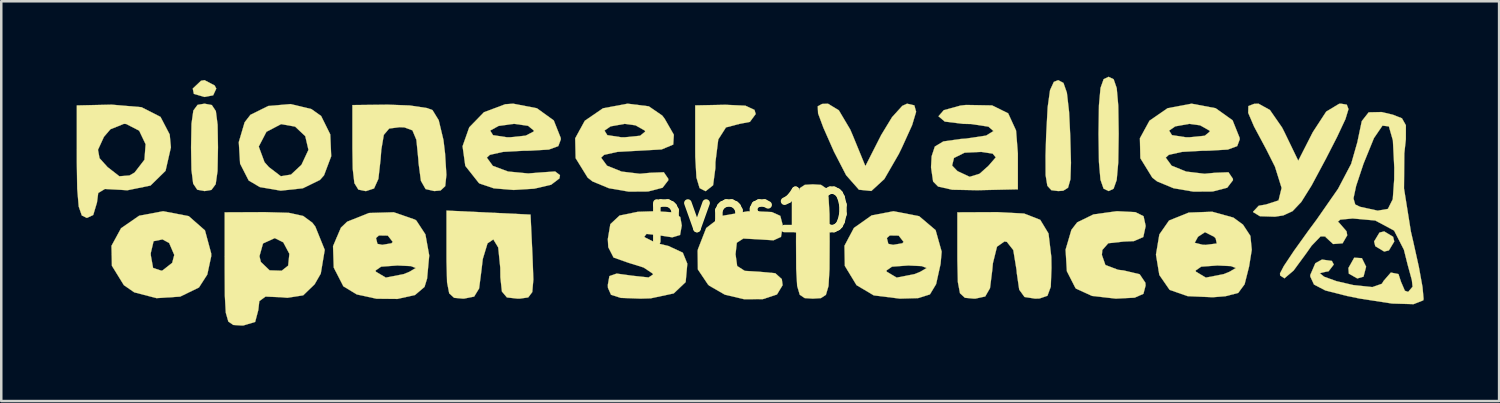
<source format=kicad_pcb>
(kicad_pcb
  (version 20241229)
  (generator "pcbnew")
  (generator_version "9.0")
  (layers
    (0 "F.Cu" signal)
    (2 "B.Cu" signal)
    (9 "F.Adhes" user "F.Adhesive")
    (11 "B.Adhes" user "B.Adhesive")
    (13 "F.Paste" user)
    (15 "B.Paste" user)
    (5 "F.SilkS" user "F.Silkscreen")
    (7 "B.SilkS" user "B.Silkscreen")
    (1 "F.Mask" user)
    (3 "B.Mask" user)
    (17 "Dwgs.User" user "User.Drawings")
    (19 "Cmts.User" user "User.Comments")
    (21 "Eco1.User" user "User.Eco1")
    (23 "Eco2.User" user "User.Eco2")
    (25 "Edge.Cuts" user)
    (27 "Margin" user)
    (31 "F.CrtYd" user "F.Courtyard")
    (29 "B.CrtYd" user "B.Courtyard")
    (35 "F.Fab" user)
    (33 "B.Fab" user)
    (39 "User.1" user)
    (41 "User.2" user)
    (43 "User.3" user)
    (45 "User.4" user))
  (footprint "pvos10"
    (layer "F.Cu")
    (at 26.742 5.352)
    (property "Reference" "pvos10" (at 0 0 0) (layer "F.SilkS") (effects (font (size 1.524 1.524) (thickness 0.3))))
    (attr through_hole)
    (fp_poly (pts (xy 24.38 1.867) (xy 24.547 2.206) (xy 24.443 2.603) (xy 24.197 2.674) (xy 23.859 2.482) (xy 23.843 2.259) (xy 24.074 1.848) (xy 24.38 1.867)) (stroke (width 0.01) (type solid)) (fill yes) (layer "F.SilkS"))
    (fp_poly (pts (xy -21.255 -5.003) (xy -21.189 -4.879) (xy -21.313 -4.611) (xy -21.657 -4.545) (xy -22.081 -4.668) (xy -22.125 -4.879) (xy -21.796 -5.19) (xy -21.657 -5.214) (xy -21.255 -5.003)) (stroke (width 0.01) (type solid)) (fill yes) (layer "F.SilkS"))
    (fp_poly (pts (xy 25.621 1.016) (xy 25.667 1.203) (xy 25.453 1.558) (xy 25.266 1.604) (xy 24.912 1.39) (xy 24.865 1.203) (xy 25.079 0.849) (xy 25.266 0.802) (xy 25.621 1.016)) (stroke (width 0.01) (type solid)) (fill yes) (layer "F.SilkS"))
    (fp_poly (pts (xy -21.367 -4.224) (xy -21.206 -3.982) (xy -21.136 -3.436) (xy -21.122 -2.54) (xy -21.139 -1.599) (xy -21.213 -1.075) (xy -21.381 -0.849) (xy -21.657 -0.802) (xy -21.946 -0.856) (xy -22.108 -1.098) (xy -22.177 -1.644) (xy -22.192 -2.54) (xy -22.175 -3.481) (xy -22.101 -4.005) (xy -21.933 -4.231) (xy -21.657 -4.278) (xy -21.367 -4.224)) (stroke (width 0.01) (type solid)) (fill yes) (layer "F.SilkS"))
    (fp_poly (pts (xy 14.505 -5.25) (xy 14.627 -4.897) (xy 14.689 -4.195) (xy 14.705 -3.075) (xy 14.688 -1.939) (xy 14.626 -1.243) (xy 14.502 -0.895) (xy 14.304 -0.802) (xy 14.104 -0.899) (xy 13.981 -1.252) (xy 13.92 -1.955) (xy 13.903 -3.075) (xy 13.92 -4.211) (xy 13.983 -4.906) (xy 14.107 -5.254) (xy 14.304 -5.347) (xy 14.505 -5.25)) (stroke (width 0.01) (type solid)) (fill yes) (layer "F.SilkS"))
    (fp_poly (pts (xy -0.142 -4.198) (xy 0.219 -4.031) (xy 0.267 -3.867) (xy 0.036 -3.554) (xy -0.372 -3.476) (xy -0.916 -3.334) (xy -1.222 -2.855) (xy -1.334 -1.958) (xy -1.337 -1.716) (xy -1.428 -1.033) (xy -1.717 -0.803) (xy -1.738 -0.802) (xy -1.965 -0.92) (xy -2.09 -1.34) (xy -2.137 -2.162) (xy -2.139 -2.506) (xy -2.139 -4.21) (xy -0.936 -4.234) (xy -0.142 -4.198)) (stroke (width 0.01) (type solid)) (fill yes) (layer "F.SilkS"))
    (fp_poly (pts (xy 12.508 -5.104) (xy 12.645 -4.713) (xy 12.732 -3.952) (xy 12.778 -3.008) (xy 12.807 -1.925) (xy 12.786 -1.27) (xy 12.691 -0.936) (xy 12.499 -0.816) (xy 12.299 -0.802) (xy 12.027 -0.837) (xy 11.868 -1.012) (xy 11.799 -1.435) (xy 11.796 -2.212) (xy 11.82 -3.008) (xy 11.88 -4.134) (xy 11.975 -4.816) (xy 12.125 -5.144) (xy 12.299 -5.214) (xy 12.508 -5.104)) (stroke (width 0.01) (type solid)) (fill yes) (layer "F.SilkS"))
    (fp_poly (pts (xy 2.864 -1.049) (xy 3.061 -0.915) (xy 3.164 -0.564) (xy 3.202 0.111) (xy 3.208 1.203) (xy 3.202 2.304) (xy 3.163 2.975) (xy 3.06 3.324) (xy 2.861 3.456) (xy 2.54 3.476) (xy 2.216 3.455) (xy 2.019 3.322) (xy 1.916 2.97) (xy 1.878 2.295) (xy 1.872 1.203) (xy 1.878 0.103) (xy 1.917 -0.569) (xy 2.02 -0.918) (xy 2.219 -1.049) (xy 2.54 -1.069) (xy 2.864 -1.049)) (stroke (width 0.01) (type solid)) (fill yes) (layer "F.SilkS"))
    (fp_poly (pts (xy 6.577 -4.212) (xy 6.648 -3.956) (xy 6.489 -3.425) (xy 6.084 -2.533) (xy 5.96 -2.279) (xy 5.384 -1.281) (xy 4.867 -0.806) (xy 4.373 -0.856) (xy 3.865 -1.432) (xy 3.379 -2.373) (xy 2.958 -3.326) (xy 2.748 -3.892) (xy 2.735 -4.173) (xy 2.906 -4.268) (xy 3.142 -4.277) (xy 3.574 -4.015) (xy 4.026 -3.253) (xy 4.12 -3.035) (xy 4.63 -1.794) (xy 5.261 -3.036) (xy 5.69 -3.741) (xy 6.098 -4.191) (xy 6.288 -4.278) (xy 6.577 -4.212)) (stroke (width 0.01) (type solid)) (fill yes) (layer "F.SilkS"))
    (fp_poly (pts (xy -8.689 0.134) (xy -8.61 1.805) (xy -8.577 2.715) (xy -8.62 3.215) (xy -8.781 3.428) (xy -9.107 3.475) (xy -9.211 3.476) (xy -9.629 3.429) (xy -9.828 3.193) (xy -9.889 2.627) (xy -9.893 2.25) (xy -9.975 1.441) (xy -10.169 1.121) (xy -10.4 1.278) (xy -10.589 1.901) (xy -10.643 2.36) (xy -10.735 3.072) (xy -10.932 3.395) (xy -11.331 3.475) (xy -11.379 3.476) (xy -11.729 3.444) (xy -11.924 3.267) (xy -12.01 2.826) (xy -12.031 2) (xy -12.032 1.725) (xy -12.032 -0.026) (xy -8.689 0.134)) (stroke (width 0.01) (type solid)) (fill yes) (layer "F.SilkS"))
    (fp_poly (pts (xy -22.285 0.195) (xy -21.639 0.762) (xy -21.391 1.68) (xy -21.389 1.784) (xy -21.547 2.519) (xy -21.878 3.033) (xy -22.625 3.396) (xy -23.565 3.457) (xy -24.452 3.226) (xy -24.865 2.941) (xy -25.341 2.169) (xy -25.35 1.738) (xy -23.796 1.738) (xy -23.703 2.256) (xy -23.376 2.364) (xy -23.328 2.355) (xy -22.943 2.053) (xy -22.86 1.738) (xy -23.063 1.265) (xy -23.328 1.12) (xy -23.683 1.192) (xy -23.795 1.665) (xy -23.796 1.738) (xy -25.35 1.738) (xy -25.358 1.376) (xy -24.977 0.676) (xy -24.257 0.179) (xy -23.302 0) (xy -22.285 0.195)) (stroke (width 0.01) (type solid)) (fill yes) (layer "F.SilkS"))
    (fp_poly (pts (xy 0.91 0.033) (xy 1.245 0.184) (xy 1.336 0.529) (xy 1.337 0.615) (xy 1.273 1.02) (xy 0.977 1.156) (xy 0.401 1.12) (xy -0.225 1.086) (xy -0.484 1.252) (xy -0.535 1.709) (xy -0.47 2.179) (xy -0.168 2.372) (xy 0.401 2.406) (xy 1.046 2.466) (xy 1.306 2.7) (xy 1.337 2.941) (xy 1.113 3.311) (xy 0.548 3.497) (xy -0.196 3.499) (xy -0.96 3.319) (xy -1.583 2.96) (xy -1.632 2.913) (xy -2.033 2.316) (xy -2.043 1.581) (xy -2.03 1.51) (xy -1.701 0.668) (xy -1.071 0.184) (xy -0.058 0.004) (xy 0.185 0) (xy 0.91 0.033)) (stroke (width 0.01) (type solid)) (fill yes) (layer "F.SilkS"))
    (fp_poly (pts (xy 10.943 0.092) (xy 11.585 0.342) (xy 11.914 0.885) (xy 12.026 1.82) (xy 12.032 2.255) (xy 12.004 3.005) (xy 11.871 3.363) (xy 11.557 3.471) (xy 11.379 3.476) (xy 10.96 3.411) (xy 10.749 3.12) (xy 10.652 2.459) (xy 10.643 2.339) (xy 10.513 1.545) (xy 10.257 1.219) (xy 10.16 1.203) (xy 9.865 1.41) (xy 9.702 2.068) (xy 9.677 2.339) (xy 9.587 3.059) (xy 9.397 3.39) (xy 9.01 3.475) (xy 8.941 3.476) (xy 8.589 3.443) (xy 8.393 3.263) (xy 8.308 2.815) (xy 8.289 1.977) (xy 8.288 1.76) (xy 8.288 0.043) (xy 9.891 0.036) (xy 10.943 0.092)) (stroke (width 0.01) (type solid)) (fill yes) (layer "F.SilkS"))
    (fp_poly (pts (xy 15.37 0.036) (xy 15.694 0.197) (xy 15.774 0.562) (xy 15.775 0.604) (xy 15.684 1.026) (xy 15.308 1.189) (xy 14.906 1.206) (xy 14.29 1.274) (xy 14.055 1.541) (xy 14.037 1.738) (xy 14.177 2.139) (xy 14.681 2.329) (xy 14.906 2.356) (xy 15.54 2.507) (xy 15.767 2.844) (xy 15.775 2.958) (xy 15.689 3.285) (xy 15.342 3.438) (xy 14.598 3.476) (xy 14.591 3.476) (xy 13.645 3.369) (xy 13.016 3.083) (xy 12.986 3.056) (xy 12.644 2.386) (xy 12.593 1.529) (xy 12.825 0.74) (xy 13.055 0.442) (xy 13.702 0.127) (xy 14.622 0.000187) (xy 14.659 0) (xy 15.37 0.036)) (stroke (width 0.01) (type solid)) (fill yes) (layer "F.SilkS"))
    (fp_poly (pts (xy -17.407 -4.064) (xy -17.019 -3.789) (xy -16.655 -3.055) (xy -16.618 -2.187) (xy -16.904 -1.427) (xy -17.066 -1.245) (xy -17.745 -0.913) (xy -18.625 -0.818) (xy -19.458 -0.961) (xy -19.9 -1.222) (xy -20.242 -1.892) (xy -20.283 -2.572) (xy -19.5 -2.572) (xy -19.271 -1.952) (xy -19.098 -1.757) (xy -18.621 -1.392) (xy -18.217 -1.458) (xy -17.8 -1.849) (xy -17.523 -2.441) (xy -17.65 -2.986) (xy -18.054 -3.366) (xy -18.61 -3.465) (xy -19.19 -3.162) (xy -19.197 -3.155) (xy -19.5 -2.572) (xy -20.283 -2.572) (xy -20.294 -2.749) (xy -20.061 -3.538) (xy -19.831 -3.835) (xy -19.12 -4.187) (xy -18.231 -4.262) (xy -17.407 -4.064)) (stroke (width 0.01) (type solid)) (fill yes) (layer "F.SilkS"))
    (fp_poly (pts (xy -13.496 -4.207) (xy -12.813 -4.105) (xy -12.589 -4.024) (xy -12.342 -3.621) (xy -12.153 -2.833) (xy -12.089 -2.297) (xy -12.036 -1.446) (xy -12.083 -0.998) (xy -12.266 -0.826) (xy -12.519 -0.802) (xy -12.863 -0.881) (xy -13.049 -1.208) (xy -13.143 -1.915) (xy -13.153 -2.072) (xy -13.23 -2.842) (xy -13.387 -3.217) (xy -13.705 -3.335) (xy -13.903 -3.342) (xy -14.312 -3.289) (xy -14.525 -3.038) (xy -14.625 -2.449) (xy -14.653 -2.072) (xy -14.741 -1.287) (xy -14.913 -0.906) (xy -15.23 -0.802) (xy -15.255 -0.802) (xy -15.538 -0.861) (xy -15.696 -1.117) (xy -15.762 -1.688) (xy -15.775 -2.512) (xy -15.775 -4.223) (xy -14.369 -4.239) (xy -13.496 -4.207)) (stroke (width 0.01) (type solid)) (fill yes) (layer "F.SilkS"))
    (fp_poly (pts (xy 23.778 -4.239) (xy 23.846 -4.063) (xy 23.725 -3.665) (xy 23.392 -2.956) (xy 22.939 -2.072) (xy 22.379 -1.026) (xy 21.967 -0.367) (xy 21.62 -0.002) (xy 21.255 0.166) (xy 20.922 0.217) (xy 20.324 0.199) (xy 20.055 0.036) (xy 20.053 0.017) (xy 20.275 -0.218) (xy 20.559 -0.267) (xy 21.064 -0.43) (xy 21.186 -0.927) (xy 20.922 -1.772) (xy 20.578 -2.457) (xy 20.09 -3.369) (xy 19.857 -3.913) (xy 19.864 -4.183) (xy 20.094 -4.272) (xy 20.267 -4.278) (xy 20.72 -4.028) (xy 21.205 -3.329) (xy 21.299 -3.144) (xy 21.848 -2.01) (xy 22.426 -3.144) (xy 22.96 -3.963) (xy 23.476 -4.274) (xy 23.546 -4.278) (xy 23.778 -4.239)) (stroke (width 0.01) (type solid)) (fill yes) (layer "F.SilkS"))
    (fp_poly (pts (xy -24.164 -4.138) (xy -23.407 -3.752) (xy -23.042 -3.052) (xy -22.994 -2.54) (xy -23.207 -1.608) (xy -23.805 -1.022) (xy -24.73 -0.833) (xy -24.987 -0.851) (xy -25.62 -0.885) (xy -25.885 -0.726) (xy -25.935 -0.347) (xy -26.084 0.15) (xy -26.336 0.267) (xy -26.538 0.169) (xy -26.661 -0.187) (xy -26.721 -0.895) (xy -26.737 -1.97) (xy -26.737 -2.443) (xy -25.895 -2.443) (xy -25.833 -2.11) (xy -25.515 -1.757) (xy -25.044 -1.391) (xy -24.639 -1.423) (xy -24.437 -1.541) (xy -24.046 -2.048) (xy -24 -2.666) (xy -24.257 -3.205) (xy -24.775 -3.471) (xy -24.865 -3.476) (xy -25.399 -3.261) (xy -25.658 -2.959) (xy -25.895 -2.443) (xy -26.737 -2.443) (xy -26.737 -4.208) (xy -25.35 -4.239) (xy -24.164 -4.138)) (stroke (width 0.01) (type solid)) (fill yes) (layer "F.SilkS"))
    (fp_poly (pts (xy -18.308 0.063) (xy -17.733 0.188) (xy -17.37 0.454) (xy -17.251 0.608) (xy -16.875 1.537) (xy -17.033 2.481) (xy -17.278 2.907) (xy -17.732 3.345) (xy -18.361 3.443) (xy -18.615 3.421) (xy -19.229 3.395) (xy -19.477 3.575) (xy -19.518 3.931) (xy -19.643 4.403) (xy -20.112 4.544) (xy -20.186 4.545) (xy -20.511 4.524) (xy -20.709 4.39) (xy -20.811 4.036) (xy -20.849 3.356) (xy -20.855 2.294) (xy -20.855 1.79) (xy -19.472 1.79) (xy -19.416 2.018) (xy -19.068 2.351) (xy -18.588 2.366) (xy -18.33 2.163) (xy -18.282 1.693) (xy -18.525 1.237) (xy -18.862 1.069) (xy -19.33 1.282) (xy -19.472 1.79) (xy -20.855 1.79) (xy -20.855 0.043) (xy -19.256 0.036) (xy -18.308 0.063)) (stroke (width 0.01) (type solid)) (fill yes) (layer "F.SilkS"))
    (fp_poly (pts (xy -3.034 0.044) (xy -2.734 0.229) (xy -2.674 0.568) (xy -2.742 0.945) (xy -3.05 1.038) (xy -3.534 0.964) (xy -4.075 0.902) (xy -4.163 1.013) (xy -4.136 1.042) (xy -3.686 1.269) (xy -3.208 1.381) (xy -2.632 1.649) (xy -2.453 2.087) (xy -2.519 2.819) (xy -2.993 3.269) (xy -3.907 3.464) (xy -4.311 3.476) (xy -5.099 3.447) (xy -5.488 3.323) (xy -5.61 3.048) (xy -5.615 2.929) (xy -5.552 2.58) (xy -5.263 2.48) (xy -4.64 2.565) (xy -3.993 2.634) (xy -3.815 2.516) (xy -3.833 2.478) (xy -4.193 2.238) (xy -4.807 2.046) (xy -5.387 1.842) (xy -5.597 1.431) (xy -5.615 1.105) (xy -5.515 0.514) (xy -5.149 0.172) (xy -4.418 0.022) (xy -3.721 0) (xy -3.034 0.044)) (stroke (width 0.01) (type solid)) (fill yes) (layer "F.SilkS"))
    (fp_poly (pts (xy 6.768 0.197) (xy 7.423 0.752) (xy 7.664 1.608) (xy 7.621 2.095) (xy 7.443 2.899) (xy 7.197 3.308) (xy 6.726 3.456) (xy 6 3.476) (xy 4.963 3.347) (xy 4.278 2.941) (xy 3.925 2.359) (xy 5.464 2.359) (xy 5.481 2.406) (xy 5.874 2.64) (xy 6.577 2.503) (xy 6.818 2.406) (xy 7.066 2.258) (xy 6.872 2.183) (xy 6.334 2.158) (xy 5.688 2.205) (xy 5.464 2.359) (xy 3.925 2.359) (xy 3.812 2.173) (xy 3.798 1.373) (xy 3.961 1.065) (xy 5.484 1.065) (xy 5.542 1.298) (xy 5.733 1.337) (xy 6.099 1.275) (xy 6.149 1.219) (xy 5.954 0.969) (xy 5.601 0.964) (xy 5.484 1.065) (xy 3.961 1.065) (xy 4.174 0.664) (xy 4.879 0.166) (xy 5.748 0) (xy 6.768 0.197)) (stroke (width 0.01) (type solid)) (fill yes) (layer "F.SilkS"))
    (fp_poly (pts (xy 9.671 -4.209) (xy 10.309 -3.895) (xy 10.623 -3.211) (xy 10.695 -2.298) (xy 10.695 -0.872) (xy 9.083 -0.836) (xy 8.083 -0.855) (xy 7.522 -0.982) (xy 7.324 -1.182) (xy 7.241 -1.747) (xy 7.245 -1.817) (xy 8.079 -1.817) (xy 8.291 -1.597) (xy 8.779 -1.369) (xy 9.173 -1.492) (xy 9.523 -1.805) (xy 9.816 -2.143) (xy 9.694 -2.291) (xy 9.242 -2.36) (xy 8.577 -2.329) (xy 8.154 -2.119) (xy 8.079 -1.817) (xy 7.245 -1.817) (xy 7.265 -2.186) (xy 7.392 -2.572) (xy 7.73 -2.776) (xy 8.424 -2.875) (xy 8.629 -2.889) (xy 9.431 -3.009) (xy 9.725 -3.189) (xy 9.524 -3.364) (xy 8.841 -3.468) (xy 8.518 -3.476) (xy 7.788 -3.566) (xy 7.537 -3.778) (xy 7.748 -4.02) (xy 8.41 -4.202) (xy 8.632 -4.227) (xy 9.671 -4.209)) (stroke (width 0.01) (type solid)) (fill yes) (layer "F.SilkS"))
    (fp_poly (pts (xy -13.284 0.334) (xy -13.232 0.37) (xy -12.871 0.92) (xy -12.719 1.761) (xy -12.804 2.68) (xy -12.906 3.01) (xy -13.284 3.332) (xy -13.983 3.488) (xy -14.817 3.48) (xy -15.599 3.31) (xy -16.134 2.987) (xy -16.456 2.359) (xy -14.856 2.359) (xy -14.839 2.406) (xy -14.446 2.64) (xy -13.743 2.503) (xy -13.502 2.406) (xy -13.254 2.258) (xy -13.448 2.183) (xy -13.986 2.158) (xy -14.632 2.205) (xy -14.856 2.359) (xy -16.456 2.359) (xy -16.517 2.24) (xy -16.545 1.39) (xy -16.407 1.065) (xy -14.836 1.065) (xy -14.778 1.298) (xy -14.587 1.337) (xy -14.221 1.275) (xy -14.171 1.219) (xy -14.366 0.969) (xy -14.719 0.964) (xy -14.836 1.065) (xy -16.407 1.065) (xy -16.231 0.653) (xy -15.983 0.416) (xy -15.117 0.07) (xy -14.13 0.041) (xy -13.284 0.334)) (stroke (width 0.01) (type solid)) (fill yes) (layer "F.SilkS"))
    (fp_poly (pts (xy -3.985 -4.173) (xy -3.452 -3.807) (xy -3.357 -3.684) (xy -2.989 -3.043) (xy -3.013 -2.652) (xy -3.476 -2.458) (xy -4.412 -2.406) (xy -5.233 -2.361) (xy -5.762 -2.243) (xy -5.882 -2.132) (xy -5.647 -1.811) (xy -5.069 -1.578) (xy -4.339 -1.49) (xy -3.93 -1.529) (xy -3.387 -1.55) (xy -3.211 -1.292) (xy -3.208 -1.234) (xy -3.437 -0.935) (xy -4.015 -0.785) (xy -4.781 -0.78) (xy -5.57 -0.915) (xy -6.223 -1.185) (xy -6.417 -1.337) (xy -6.895 -2.11) (xy -6.913 -2.901) (xy -6.745 -3.208) (xy -5.748 -3.208) (xy -5.635 -3.027) (xy -5.087 -2.943) (xy -4.946 -2.941) (xy -4.33 -3.003) (xy -4.128 -3.169) (xy -4.144 -3.208) (xy -4.514 -3.417) (xy -4.946 -3.476) (xy -5.506 -3.375) (xy -5.748 -3.208) (xy -6.745 -3.208) (xy -6.531 -3.599) (xy -5.807 -4.095) (xy -4.828 -4.278) (xy -3.985 -4.173)) (stroke (width 0.01) (type solid)) (fill yes) (layer "F.SilkS"))
    (fp_poly (pts (xy 19.27 0.254) (xy 19.649 0.532) (xy 19.944 0.981) (xy 19.999 1.535) (xy 19.891 2.203) (xy 19.714 2.905) (xy 19.46 3.249) (xy 18.953 3.381) (xy 18.448 3.421) (xy 17.449 3.378) (xy 16.744 3.132) (xy 16.724 3.118) (xy 16.322 2.536) (xy 16.293 2.359) (xy 17.763 2.359) (xy 17.78 2.406) (xy 18.173 2.64) (xy 18.876 2.503) (xy 19.117 2.406) (xy 19.365 2.258) (xy 19.171 2.183) (xy 18.633 2.158) (xy 17.987 2.205) (xy 17.763 2.359) (xy 16.293 2.359) (xy 16.188 1.727) (xy 16.267 1.255) (xy 17.729 1.255) (xy 18.052 1.335) (xy 18.181 1.337) (xy 18.606 1.283) (xy 18.563 1.081) (xy 18.502 1.016) (xy 18.138 0.833) (xy 17.86 1.016) (xy 17.729 1.255) (xy 16.267 1.255) (xy 16.323 0.923) (xy 16.708 0.37) (xy 17.492 0.054) (xy 18.425 0.02) (xy 19.27 0.254)) (stroke (width 0.01) (type solid)) (fill yes) (layer "F.SilkS"))
    (fp_poly (pts (xy 18.561 -4.098) (xy 19.236 -3.617) (xy 19.516 -2.919) (xy 19.518 -2.853) (xy 19.419 -2.59) (xy 19.046 -2.453) (xy 18.281 -2.408) (xy 18.047 -2.406) (xy 17.226 -2.361) (xy 16.697 -2.243) (xy 16.577 -2.132) (xy 16.812 -1.811) (xy 17.39 -1.578) (xy 18.12 -1.49) (xy 18.529 -1.529) (xy 19.072 -1.55) (xy 19.248 -1.292) (xy 19.251 -1.234) (xy 19.022 -0.935) (xy 18.444 -0.785) (xy 17.678 -0.78) (xy 16.888 -0.915) (xy 16.236 -1.185) (xy 16.042 -1.337) (xy 15.567 -2.109) (xy 15.549 -2.902) (xy 15.716 -3.208) (xy 16.711 -3.208) (xy 16.824 -3.027) (xy 17.372 -2.943) (xy 17.513 -2.941) (xy 18.129 -3.003) (xy 18.331 -3.169) (xy 18.315 -3.208) (xy 17.945 -3.417) (xy 17.513 -3.476) (xy 16.953 -3.375) (xy 16.711 -3.208) (xy 15.716 -3.208) (xy 15.931 -3.602) (xy 16.65 -4.098) (xy 17.605 -4.278) (xy 18.561 -4.098)) (stroke (width 0.01) (type solid)) (fill yes) (layer "F.SilkS"))
    (fp_poly (pts (xy -8.436 -4.096) (xy -7.765 -3.612) (xy -7.488 -2.915) (xy -7.486 -2.853) (xy -7.585 -2.59) (xy -7.959 -2.453) (xy -8.723 -2.408) (xy -8.957 -2.406) (xy -9.779 -2.361) (xy -10.308 -2.243) (xy -10.427 -2.132) (xy -10.189 -1.805) (xy -9.585 -1.58) (xy -8.781 -1.503) (xy -8.321 -1.54) (xy -7.711 -1.582) (xy -7.518 -1.435) (xy -7.54 -1.305) (xy -7.87 -1.054) (xy -8.541 -0.897) (xy -9.363 -0.846) (xy -10.151 -0.911) (xy -10.715 -1.102) (xy -10.747 -1.125) (xy -11.284 -1.805) (xy -11.393 -2.585) (xy -11.173 -3.208) (xy -10.294 -3.208) (xy -10.181 -3.026) (xy -9.636 -2.943) (xy -9.507 -2.941) (xy -8.883 -3.007) (xy -8.566 -3.17) (xy -8.556 -3.208) (xy -8.788 -3.398) (xy -9.342 -3.476) (xy -9.96 -3.393) (xy -10.294 -3.208) (xy -11.173 -3.208) (xy -11.127 -3.338) (xy -10.543 -3.938) (xy -9.695 -4.256) (xy -9.38 -4.278) (xy -8.436 -4.096)) (stroke (width 0.01) (type solid)) (fill yes) (layer "F.SilkS"))
    (fp_poly (pts (xy 25.615 -3.838) (xy 25.973 -3.696) (xy 26.129 -3.421) (xy 26.128 -2.864) (xy 26.067 -2.304) (xy 26.054 -0.906) (xy 26.328 0.808) (xy 26.42 1.203) (xy 26.645 2.214) (xy 26.791 3.021) (xy 26.833 3.489) (xy 26.821 3.543) (xy 26.435 3.696) (xy 25.582 3.672) (xy 24.297 3.474) (xy 23.796 3.373) (xy 22.925 3.151) (xy 22.473 2.915) (xy 22.328 2.6) (xy 22.325 2.538) (xy 22.529 2.066) (xy 22.793 1.922) (xy 23.185 1.977) (xy 23.261 2.119) (xy 23.053 2.39) (xy 22.949 2.406) (xy 22.704 2.464) (xy 22.877 2.605) (xy 23.369 2.782) (xy 24.039 2.937) (xy 24.796 3.017) (xy 25.173 2.886) (xy 25.244 2.769) (xy 25.531 2.439) (xy 25.834 2.499) (xy 25.935 2.807) (xy 26.089 3.163) (xy 26.22 3.208) (xy 26.395 3.003) (xy 26.367 2.741) (xy 26.199 2.126) (xy 26.05 1.53) (xy 25.66 0.77) (xy 24.912 0.369) (xy 24.014 0.288) (xy 23.516 0.335) (xy 23.422 0.424) (xy 23.462 0.444) (xy 23.768 0.797) (xy 23.796 0.958) (xy 23.611 1.276) (xy 23.235 1.305) (xy 22.937 1.03) (xy 22.927 1.004) (xy 22.737 1) (xy 22.378 1.373) (xy 22.17 1.669) (xy 21.662 2.36) (xy 21.298 2.668) (xy 21.128 2.556) (xy 21.122 2.472) (xy 21.273 2.182) (xy 21.677 1.576) (xy 22.261 0.761) (xy 22.575 0.338) (xy 23.165 -0.509) (xy 24.044 -0.509) (xy 24.115 -0.268) (xy 24.307 -0.176) (xy 25.008 -0.023) (xy 25.414 -0.093) (xy 25.607 -0.478) (xy 25.664 -1.269) (xy 25.667 -1.738) (xy 25.612 -2.818) (xy 25.453 -3.374) (xy 25.198 -3.405) (xy 24.859 -2.91) (xy 24.443 -1.889) (xy 24.441 -1.883) (xy 24.15 -1.007) (xy 24.044 -0.509) (xy 23.165 -0.509) (xy 23.43 -0.89) (xy 23.952 -1.883) (xy 24.204 -2.764) (xy 24.21 -2.802) (xy 24.375 -3.586) (xy 24.649 -3.934) (xy 25.165 -3.945) (xy 25.615 -3.838)) (stroke (width 0.01) (type solid)) (fill yes) (layer "F.SilkS")))
  (gr_rect
    (start -3 -3)
    (end 56.579 12.903)
    (stroke (width 0.1) (type default))
    (fill no)
    (layer "Edge.Cuts")))
</source>
